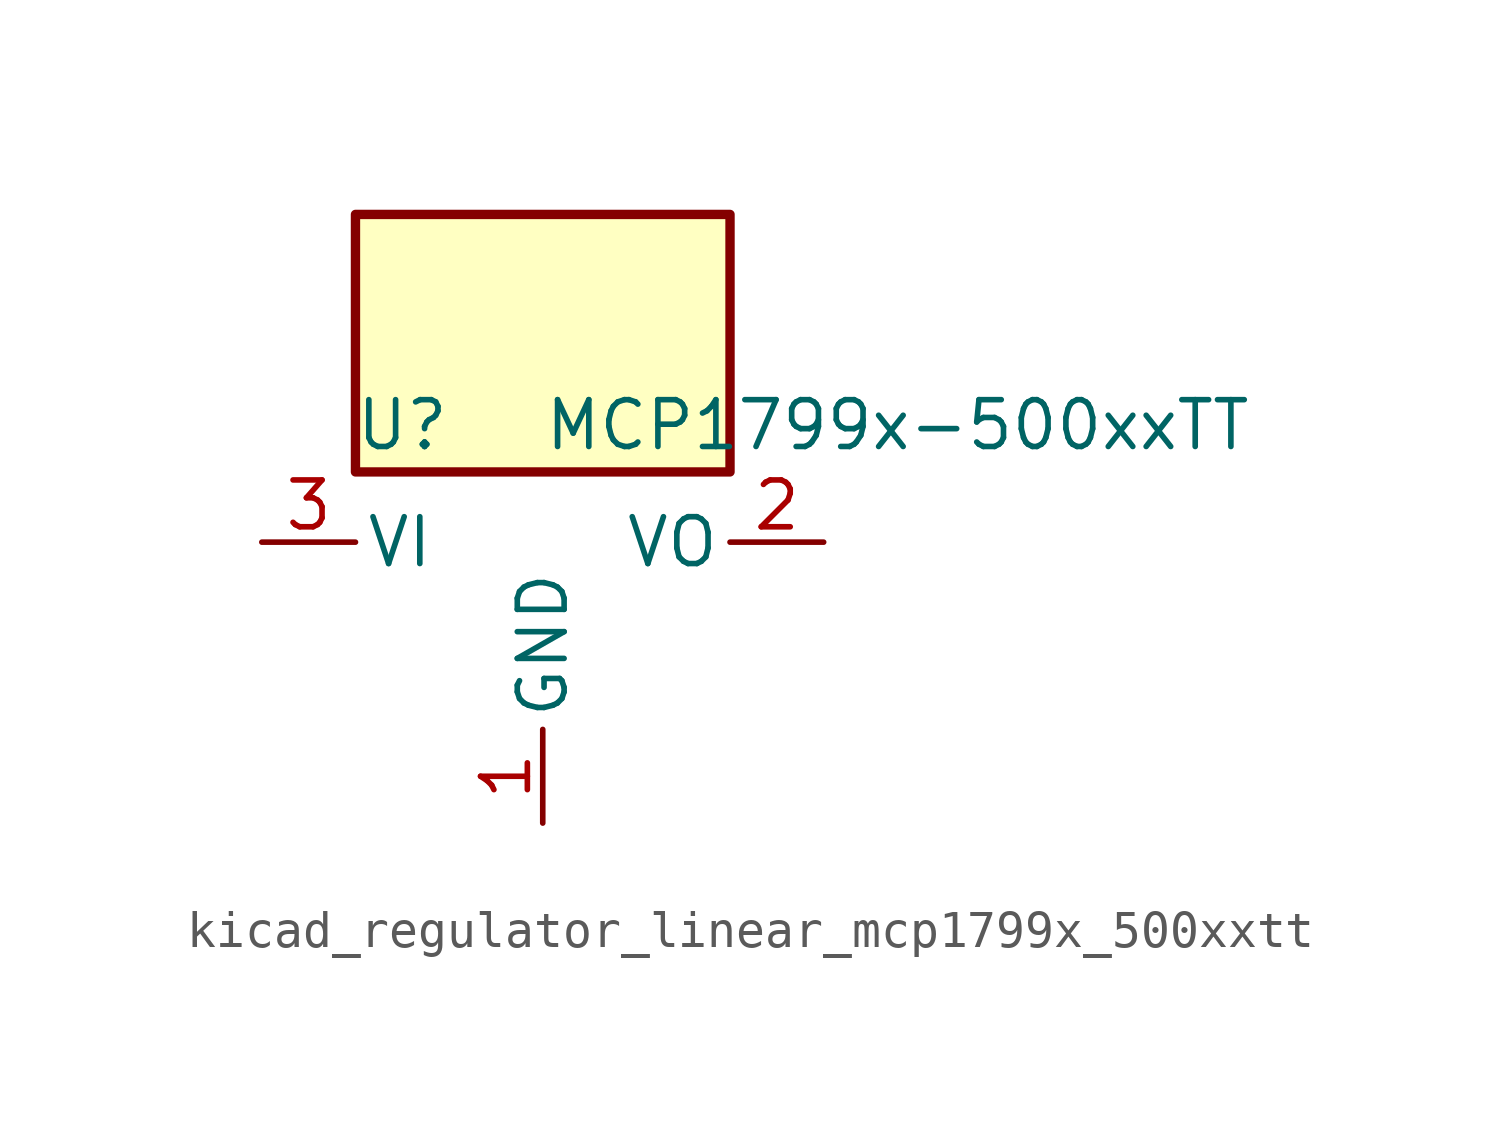
<source format=kicad_sym>
(kicad_symbol_lib
  (version 20220914)
  (generator kicad_symbol_editor)
  (symbol "kicad_regulator_linear_mcp1799x_500xxtt"
    (pin_names
      (offset 0.254))
    (property "Reference" "U"
      (at -3.81 3.175 0)
      (effects (font (size 1.27 1.27))))
    (property "Value" "MCP1799x-500xxTT"
      (at 0 3.175 0)
      (effects (font (size 1.27 1.27)) (justify left)))
    (symbol "kicad_regulator_linear_mcp1799x_500xxtt_0_1"
      (rectangle (start 5.08 8.89) (end -5.08 1.905) (stroke (width 0.254) (type default)) (fill (type background))))
    (symbol "kicad_regulator_linear_mcp1799x_500xxtt_1_1"
      (pin power_in line (at 0 -7.62 90) (length 2.54) (name "GND" (effects (font (size 1.27 1.27)))) (number "1" (effects (font (size 1.27 1.27)))))
      (pin power_out line (at 7.62 0 180) (length 2.54) (name "VO" (effects (font (size 1.27 1.27)))) (number "2" (effects (font (size 1.27 1.27)))))
      (pin power_in line (at -7.62 0 0) (length 2.54) (name "VI" (effects (font (size 1.27 1.27)))) (number "3" (effects (font (size 1.27 1.27))))))))
</source>
